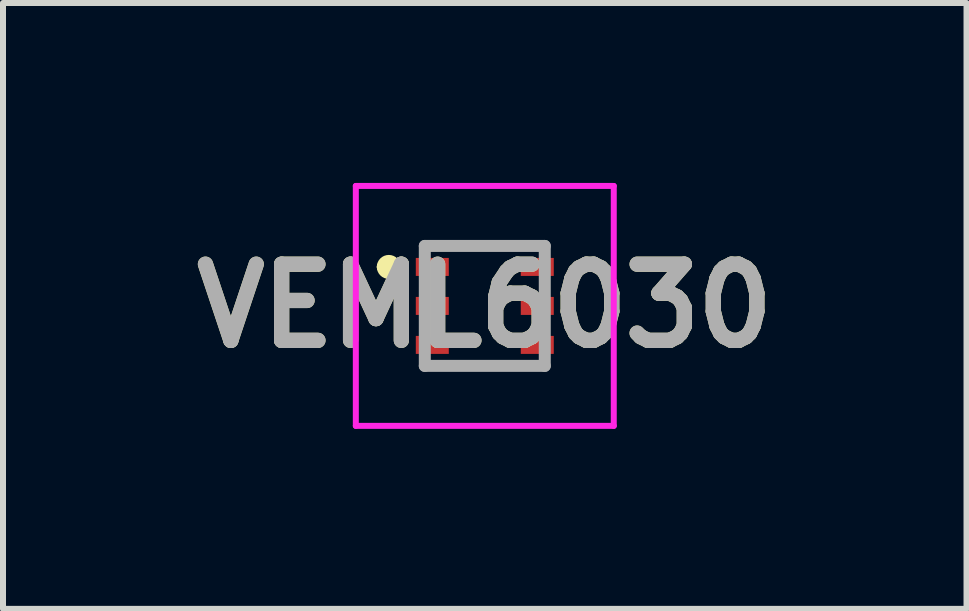
<source format=kicad_pcb>
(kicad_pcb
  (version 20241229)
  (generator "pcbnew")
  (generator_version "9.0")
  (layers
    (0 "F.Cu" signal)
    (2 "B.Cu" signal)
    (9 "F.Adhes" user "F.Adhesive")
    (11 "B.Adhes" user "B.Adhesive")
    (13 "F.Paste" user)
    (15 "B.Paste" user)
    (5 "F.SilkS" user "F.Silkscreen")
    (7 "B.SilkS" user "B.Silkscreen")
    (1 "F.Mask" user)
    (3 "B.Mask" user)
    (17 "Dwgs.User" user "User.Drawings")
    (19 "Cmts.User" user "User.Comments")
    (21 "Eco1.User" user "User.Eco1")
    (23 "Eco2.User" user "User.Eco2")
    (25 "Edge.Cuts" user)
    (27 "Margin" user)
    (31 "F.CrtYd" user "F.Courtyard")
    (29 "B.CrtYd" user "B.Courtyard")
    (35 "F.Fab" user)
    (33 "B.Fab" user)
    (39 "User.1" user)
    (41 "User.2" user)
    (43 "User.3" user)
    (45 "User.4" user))
  (footprint "VEML6030"
    (layer "F.Cu")
    (at 5.032 2.05)
    (property "Reference" "VEML6030" (at 0 0 0) (layer "F.SilkS") (effects (font (size 1.27 1.27) (thickness 0.254))))
    (attr smd)
    (fp_line (start -1.7 -0.65) (end -1.7 -0.65) (stroke (width 0.2) (type solid)) (layer "F.SilkS"))
    (fp_line (start -1.5 -0.65) (end -1.5 -0.65) (stroke (width 0.2) (type solid)) (layer "F.SilkS"))
    (fp_line (start -1 -1) (end 1 -1) (stroke (width 0.1) (type solid)) (layer "F.SilkS"))
    (fp_line (start -1 1) (end 1 1) (stroke (width 0.1) (type solid)) (layer "F.SilkS"))
    (fp_arc (start -1.7 -0.65) (mid -1.6 -0.75) (end -1.5 -0.65) (stroke (width 0.2) (type solid)) (layer "F.SilkS"))
    (fp_arc (start -1.5 -0.65) (mid -1.6 -0.55) (end -1.7 -0.65) (stroke (width 0.2) (type solid)) (layer "F.SilkS"))
    (fp_line (start -2.15 -2) (end 2.15 -2) (stroke (width 0.1) (type solid)) (layer "F.CrtYd"))
    (fp_line (start -2.15 2) (end -2.15 -2) (stroke (width 0.1) (type solid)) (layer "F.CrtYd"))
    (fp_line (start 2.15 -2) (end 2.15 2) (stroke (width 0.1) (type solid)) (layer "F.CrtYd"))
    (fp_line (start 2.15 2) (end -2.15 2) (stroke (width 0.1) (type solid)) (layer "F.CrtYd"))
    (fp_line (start -1 -1) (end 1 -1) (stroke (width 0.2) (type solid)) (layer "F.Fab"))
    (fp_line (start -1 1) (end -1 -1) (stroke (width 0.2) (type solid)) (layer "F.Fab"))
    (fp_line (start 1 -1) (end 1 1) (stroke (width 0.2) (type solid)) (layer "F.Fab"))
    (fp_line (start 1 1) (end -1 1) (stroke (width 0.2) (type solid)) (layer "F.Fab"))
    (fp_text user "${REFERENCE}" (at 0 0 0) (layer "F.Fab") (effects (font (size 1.27 1.27) (thickness 0.254))))
    (pad "1" smd rect (at -0.875 -0.65 90) (size 0.3 0.55) (layers "F.Cu" "F.Mask" "F.Paste"))
    (pad "2" smd rect (at -0.875 0 90) (size 0.3 0.55) (layers "F.Cu" "F.Mask" "F.Paste"))
    (pad "3" smd rect (at -0.875 0.65 90) (size 0.3 0.55) (layers "F.Cu" "F.Mask" "F.Paste"))
    (pad "4" smd rect (at 0.875 0.65 90) (size 0.3 0.55) (layers "F.Cu" "F.Mask" "F.Paste"))
    (pad "5" smd rect (at 0.875 0 90) (size 0.3 0.55) (layers "F.Cu" "F.Mask" "F.Paste"))
    (pad "6" smd rect (at 0.875 -0.65 90) (size 0.3 0.55) (layers "F.Cu" "F.Mask" "F.Paste")))
  (gr_rect
    (start -3 -3)
    (end 13.063 7.1)
    (stroke (width 0.1) (type default))
    (fill no)
    (layer "Edge.Cuts")))
</source>
